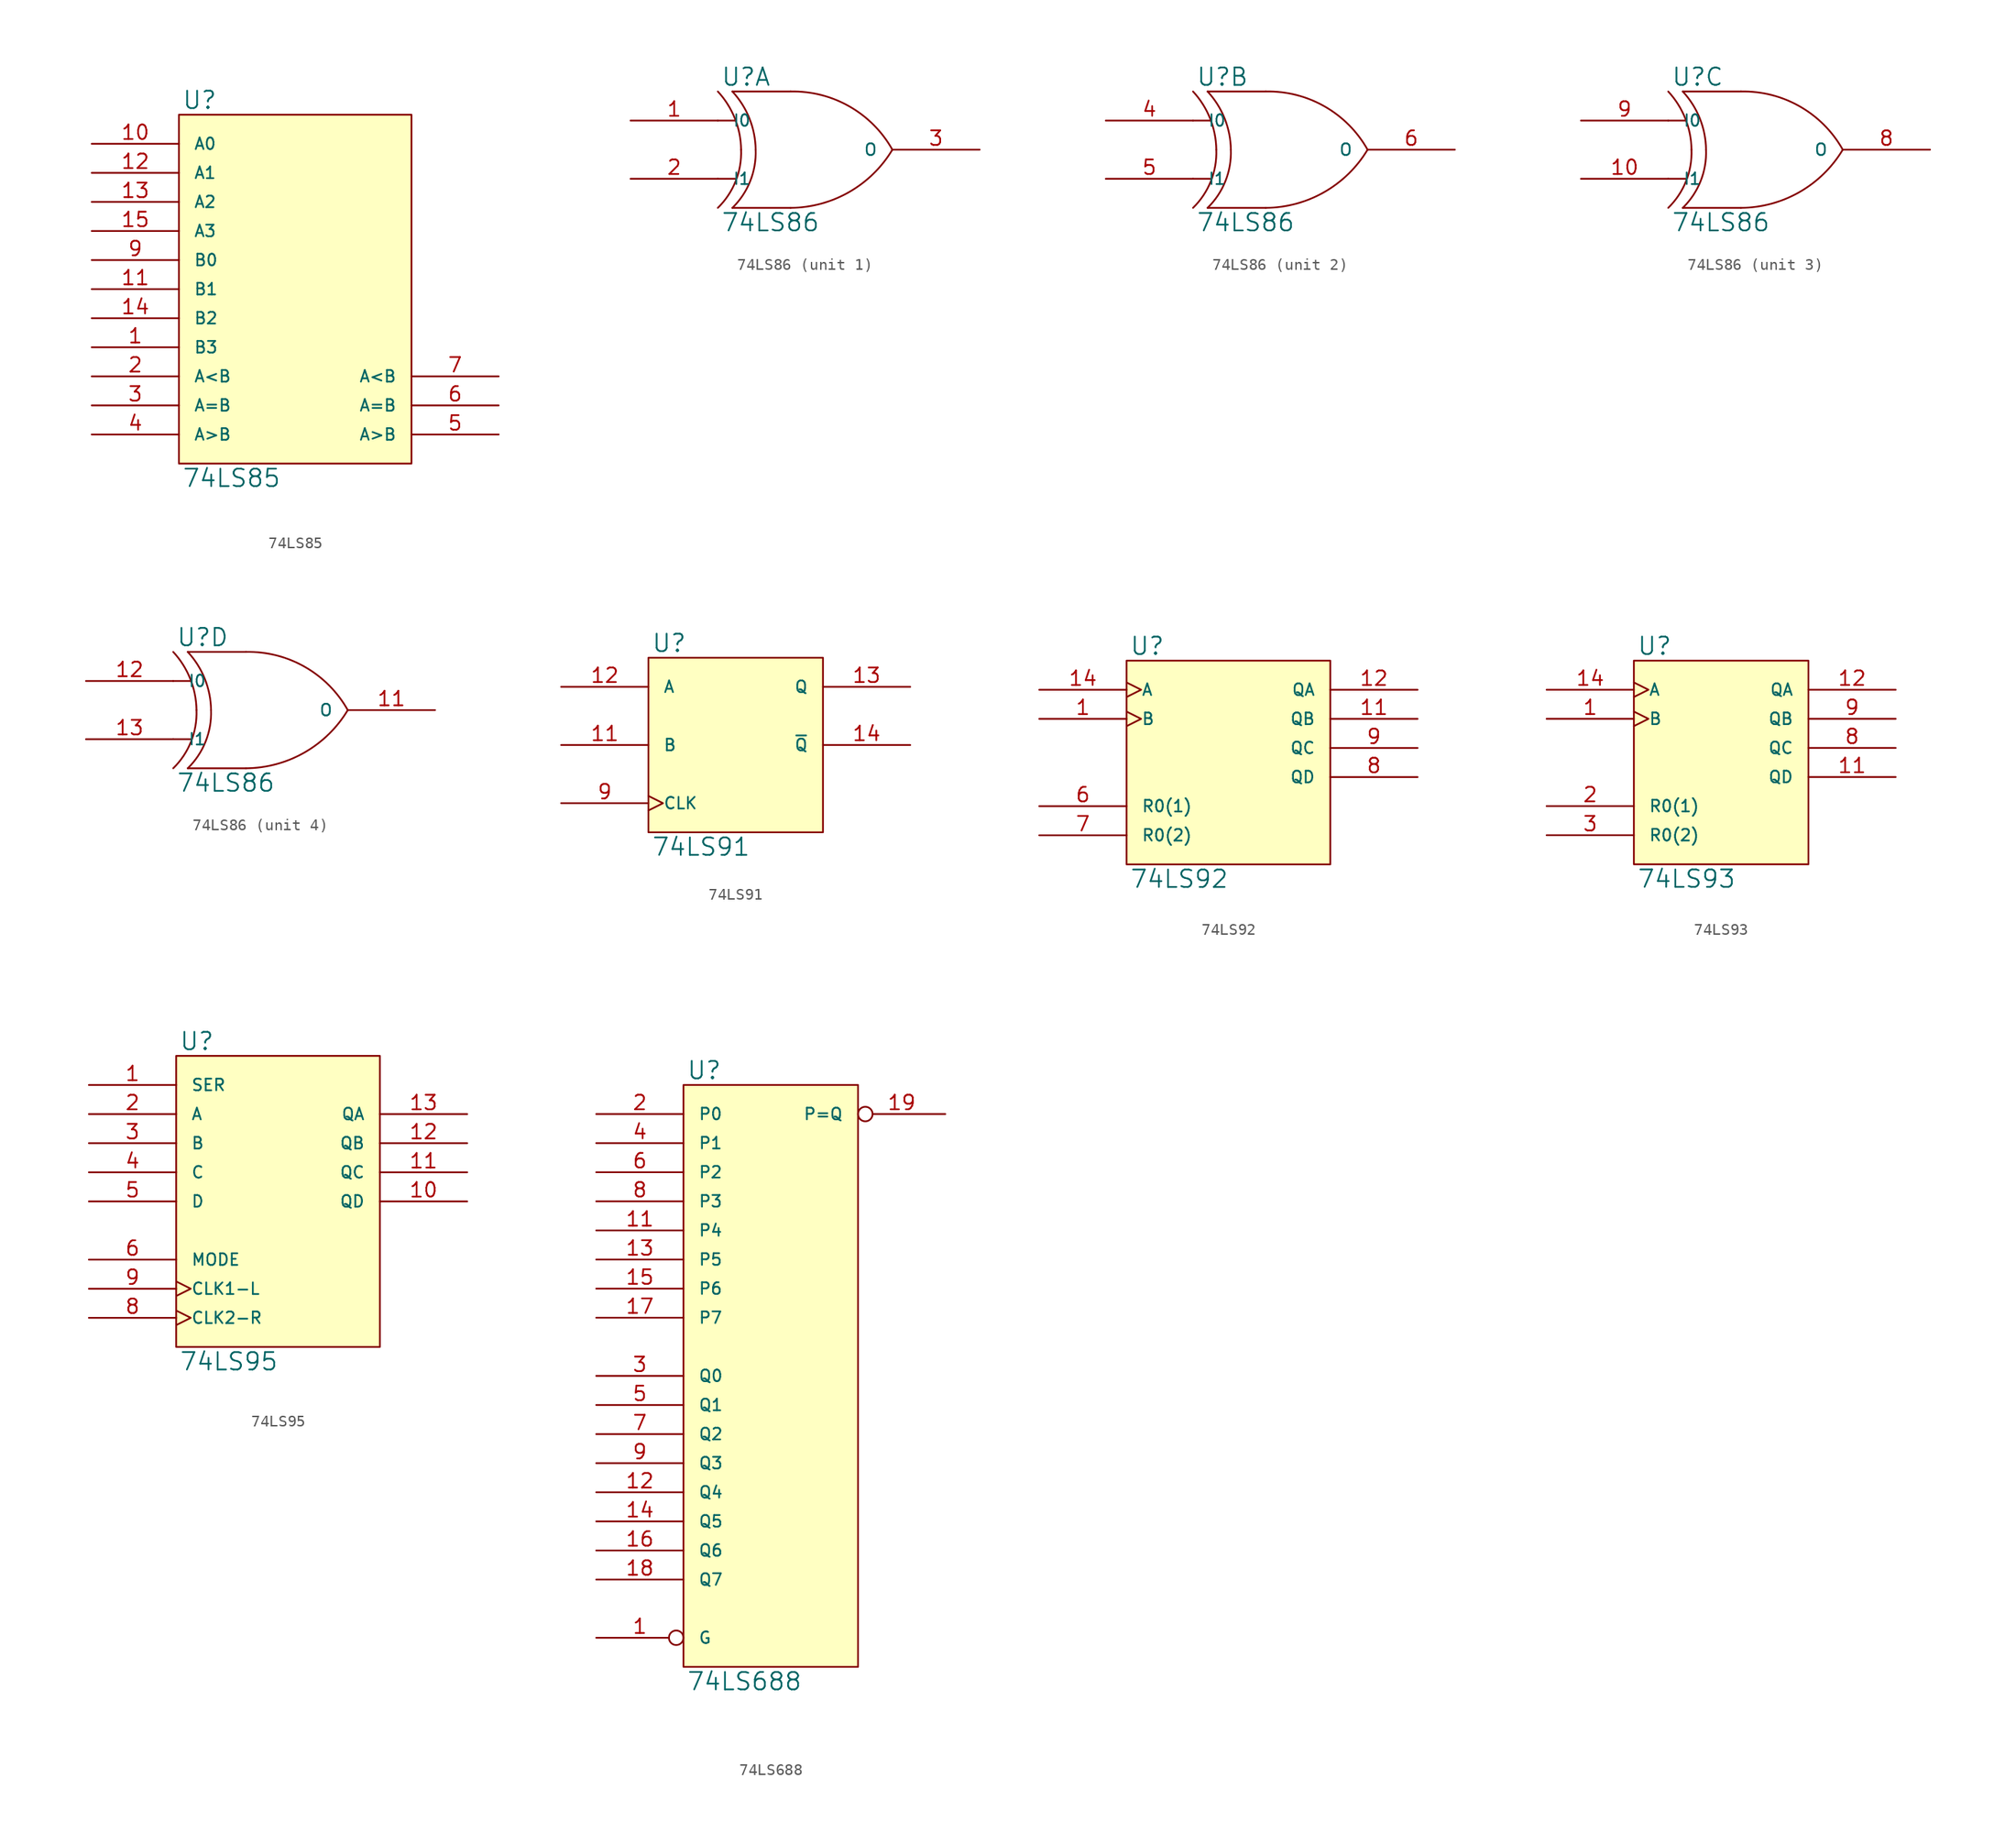
<source format=kicad_sym>
(kicad_symbol_lib
  (version 20231120)
  (generator "kicad_symbol_editor")
  (generator_version "8.0")
  (symbol "74LS85"
    (pin_names
      (offset 1.27))
    (property "Reference" "U"
      (at 0.254 0.381 0)
      (effects (font (size 1.524 1.524)) (justify left bottom)))
    (property "Value" "74LS85"
      (at 0.254 -30.861 0)
      (effects (font (size 1.524 1.524)) (justify left top)))
    (symbol "74LS85_0_1"
      (rectangle (start 0 0) (end 20.32 -30.48) (stroke (width 0) (type solid)) (fill (type background))))
    (symbol "74LS85_1_1"
      (pin input line (at -7.62 -20.32 0) (length 7.62) (name "B3" (effects (font (size 1.016 1.016)))) (number "1" (effects (font (size 1.27 1.27)))))
      (pin input line (at -7.62 -2.54 0) (length 7.62) (name "A0" (effects (font (size 1.016 1.016)))) (number "10" (effects (font (size 1.27 1.27)))))
      (pin input line (at -7.62 -15.24 0) (length 7.62) (name "B1" (effects (font (size 1.016 1.016)))) (number "11" (effects (font (size 1.27 1.27)))))
      (pin input line (at -7.62 -5.08 0) (length 7.62) (name "A1" (effects (font (size 1.016 1.016)))) (number "12" (effects (font (size 1.27 1.27)))))
      (pin input line (at -7.62 -7.62 0) (length 7.62) (name "A2" (effects (font (size 1.016 1.016)))) (number "13" (effects (font (size 1.27 1.27)))))
      (pin input line (at -7.62 -17.78 0) (length 7.62) (name "B2" (effects (font (size 1.016 1.016)))) (number "14" (effects (font (size 1.27 1.27)))))
      (pin input line (at -7.62 -10.16 0) (length 7.62) (name "A3" (effects (font (size 1.016 1.016)))) (number "15" (effects (font (size 1.27 1.27)))))
      (pin power_in line (at 0 0 270) (length 0) hide (name "VCC" (effects (font (size 1.016 1.016)))) (number "16" (effects (font (size 1.27 1.27)))))
      (pin input line (at -7.62 -22.86 0) (length 7.62) (name "A<B" (effects (font (size 1.016 1.016)))) (number "2" (effects (font (size 1.27 1.27)))))
      (pin input line (at -7.62 -25.4 0) (length 7.62) (name "A=B" (effects (font (size 1.016 1.016)))) (number "3" (effects (font (size 1.27 1.27)))))
      (pin input line (at -7.62 -27.94 0) (length 7.62) (name "A>B" (effects (font (size 1.016 1.016)))) (number "4" (effects (font (size 1.27 1.27)))))
      (pin output line (at 27.94 -27.94 180) (length 7.62) (name "A>B" (effects (font (size 1.016 1.016)))) (number "5" (effects (font (size 1.27 1.27)))))
      (pin output line (at 27.94 -25.4 180) (length 7.62) (name "A=B" (effects (font (size 1.016 1.016)))) (number "6" (effects (font (size 1.27 1.27)))))
      (pin output line (at 27.94 -22.86 180) (length 7.62) (name "A<B" (effects (font (size 1.016 1.016)))) (number "7" (effects (font (size 1.27 1.27)))))
      (pin power_in line (at 0 -30.48 90) (length 0) hide (name "GND" (effects (font (size 1.016 1.016)))) (number "8" (effects (font (size 1.27 1.27)))))
      (pin input line (at -7.62 -12.7 0) (length 7.62) (name "B0" (effects (font (size 1.016 1.016)))) (number "9" (effects (font (size 1.27 1.27)))))))
  (symbol "74LS86"
    (pin_names
      (offset 1.27))
    (property "Reference" "U"
      (at 0.254 0.381 0)
      (effects (font (size 1.524 1.524)) (justify left bottom)))
    (property "Value" "74LS86"
      (at 0.254 -10.541 0)
      (effects (font (size 1.524 1.524)) (justify left top)))
    (symbol "74LS86_0_1"
      (arc (start 0 -10.16) (mid 1.5573 -7.8293) (end 2.032 -5.08) (stroke (width 0) (type solid)) (fill (type none)))
      (polyline (pts (xy 0 -7.62) (xy 1.524 -7.62)) (stroke (width 0) (type solid)) (fill (type none)))
      (polyline (pts (xy 0 -2.54) (xy 1.524 -2.54)) (stroke (width 0) (type solid)) (fill (type none)))
      (polyline (pts (xy 6.35 -10.16) (xy 1.27 -10.16)) (stroke (width 0) (type solid)) (fill (type none)))
      (polyline (pts (xy 6.35 0) (xy 1.27 0)) (stroke (width 0) (type solid)) (fill (type none)))
      (arc (start 1.27 -10.16) (mid 2.8273 -7.8293) (end 3.302 -5.08) (stroke (width 0) (type solid)) (fill (type none)))
      (arc (start 2.032 -5.08) (mid 1.4906 -2.3584) (end 0 0) (stroke (width 0) (type solid)) (fill (type none)))
      (arc (start 3.302 -5.08) (mid 2.7606 -2.3584) (end 1.27 0) (stroke (width 0) (type solid)) (fill (type none)))
      (arc (start 6.35 -10.16) (mid 11.4496 -8.7875) (end 15.24 -5.08) (stroke (width 0) (type solid)) (fill (type none)))
      (arc (start 15.24 -5.08) (mid 11.4893 -1.3041) (end 6.35 0) (stroke (width 0) (type solid)) (fill (type none))))
    (symbol "74LS86_1_1"
      (pin input line (at -7.62 -2.54 0) (length 7.62) (name "I0" (effects (font (size 1.016 1.016)))) (number "1" (effects (font (size 1.27 1.27)))))
      (pin power_in line (at 0 0 270) (length 0) hide (name "VCC" (effects (font (size 1.016 1.016)))) (number "14" (effects (font (size 1.27 1.27)))))
      (pin input line (at -7.62 -7.62 0) (length 7.62) (name "I1" (effects (font (size 1.016 1.016)))) (number "2" (effects (font (size 1.27 1.27)))))
      (pin output line (at 22.86 -5.08 180) (length 7.62) (name "O" (effects (font (size 1.016 1.016)))) (number "3" (effects (font (size 1.27 1.27)))))
      (pin power_in line (at 0 -10.16 90) (length 0) hide (name "GND" (effects (font (size 1.016 1.016)))) (number "7" (effects (font (size 1.27 1.27))))))
    (symbol "74LS86_2_1"
      (pin power_in line (at 0 0 270) (length 0) hide (name "VCC" (effects (font (size 1.016 1.016)))) (number "14" (effects (font (size 1.27 1.27)))))
      (pin input line (at -7.62 -2.54 0) (length 7.62) (name "I0" (effects (font (size 1.016 1.016)))) (number "4" (effects (font (size 1.27 1.27)))))
      (pin input line (at -7.62 -7.62 0) (length 7.62) (name "I1" (effects (font (size 1.016 1.016)))) (number "5" (effects (font (size 1.27 1.27)))))
      (pin output line (at 22.86 -5.08 180) (length 7.62) (name "O" (effects (font (size 1.016 1.016)))) (number "6" (effects (font (size 1.27 1.27)))))
      (pin power_in line (at 0 -10.16 90) (length 0) hide (name "GND" (effects (font (size 1.016 1.016)))) (number "7" (effects (font (size 1.27 1.27))))))
    (symbol "74LS86_3_1"
      (pin input line (at -7.62 -7.62 0) (length 7.62) (name "I1" (effects (font (size 1.016 1.016)))) (number "10" (effects (font (size 1.27 1.27)))))
      (pin power_in line (at 0 0 270) (length 0) hide (name "VCC" (effects (font (size 1.016 1.016)))) (number "14" (effects (font (size 1.27 1.27)))))
      (pin power_in line (at 0 -10.16 90) (length 0) hide (name "GND" (effects (font (size 1.016 1.016)))) (number "7" (effects (font (size 1.27 1.27)))))
      (pin output line (at 22.86 -5.08 180) (length 7.62) (name "O" (effects (font (size 1.016 1.016)))) (number "8" (effects (font (size 1.27 1.27)))))
      (pin input line (at -7.62 -2.54 0) (length 7.62) (name "I0" (effects (font (size 1.016 1.016)))) (number "9" (effects (font (size 1.27 1.27))))))
    (symbol "74LS86_4_1"
      (pin output line (at 22.86 -5.08 180) (length 7.62) (name "O" (effects (font (size 1.016 1.016)))) (number "11" (effects (font (size 1.27 1.27)))))
      (pin input line (at -7.62 -2.54 0) (length 7.62) (name "I0" (effects (font (size 1.016 1.016)))) (number "12" (effects (font (size 1.27 1.27)))))
      (pin input line (at -7.62 -7.62 0) (length 7.62) (name "I1" (effects (font (size 1.016 1.016)))) (number "13" (effects (font (size 1.27 1.27)))))
      (pin power_in line (at 0 0 270) (length 0) hide (name "VCC" (effects (font (size 1.016 1.016)))) (number "14" (effects (font (size 1.27 1.27)))))
      (pin power_in line (at 0 -10.16 90) (length 0) hide (name "GND" (effects (font (size 1.016 1.016)))) (number "7" (effects (font (size 1.27 1.27)))))))
  (symbol "74LS91"
    (pin_names
      (offset 1.27))
    (property "Reference" "U"
      (at 0.254 0.381 0)
      (effects (font (size 1.524 1.524)) (justify left bottom)))
    (property "Value" "74LS91"
      (at 0.254 -15.621 0)
      (effects (font (size 1.524 1.524)) (justify left top)))
    (symbol "74LS91_0_1"
      (rectangle (start 0 0) (end 15.24 -15.24) (stroke (width 0) (type solid)) (fill (type background))))
    (symbol "74LS91_1_1"
      (pin power_in line (at 0 -15.24 90) (length 0) hide (name "GND" (effects (font (size 1.016 1.016)))) (number "10" (effects (font (size 1.27 1.27)))))
      (pin input line (at -7.62 -7.62 0) (length 7.62) (name "B" (effects (font (size 1.016 1.016)))) (number "11" (effects (font (size 1.27 1.27)))))
      (pin input line (at -7.62 -2.54 0) (length 7.62) (name "A" (effects (font (size 1.016 1.016)))) (number "12" (effects (font (size 1.27 1.27)))))
      (pin output line (at 22.86 -2.54 180) (length 7.62) (name "Q" (effects (font (size 1.016 1.016)))) (number "13" (effects (font (size 1.27 1.27)))))
      (pin output line (at 22.86 -7.62 180) (length 7.62) (name "~{Q}" (effects (font (size 1.016 1.016)))) (number "14" (effects (font (size 1.27 1.27)))))
      (pin power_in line (at 0 0 270) (length 0) hide (name "VCC" (effects (font (size 1.016 1.016)))) (number "5" (effects (font (size 1.27 1.27)))))
      (pin input clock (at -7.62 -12.7 0) (length 7.62) (name "CLK" (effects (font (size 1.016 1.016)))) (number "9" (effects (font (size 1.27 1.27)))))))
  (symbol "74LS92"
    (pin_names
      (offset 1.27))
    (property "Reference" "U"
      (at 0.254 0.381 0)
      (effects (font (size 1.524 1.524)) (justify left bottom)))
    (property "Value" "74LS92"
      (at 0.254 -18.161 0)
      (effects (font (size 1.524 1.524)) (justify left top)))
    (symbol "74LS92_0_1"
      (rectangle (start 0 0) (end 17.78 -17.78) (stroke (width 0) (type solid)) (fill (type background))))
    (symbol "74LS92_1_1"
      (pin input clock (at -7.62 -5.08 0) (length 7.62) (name "B" (effects (font (size 1.016 1.016)))) (number "1" (effects (font (size 1.27 1.27)))))
      (pin power_in line (at 0 -17.78 90) (length 0) hide (name "GND" (effects (font (size 1.016 1.016)))) (number "10" (effects (font (size 1.27 1.27)))))
      (pin output line (at 25.4 -5.08 180) (length 7.62) (name "QB" (effects (font (size 1.016 1.016)))) (number "11" (effects (font (size 1.27 1.27)))))
      (pin output line (at 25.4 -2.54 180) (length 7.62) (name "QA" (effects (font (size 1.016 1.016)))) (number "12" (effects (font (size 1.27 1.27)))))
      (pin input clock (at -7.62 -2.54 0) (length 7.62) (name "A" (effects (font (size 1.016 1.016)))) (number "14" (effects (font (size 1.27 1.27)))))
      (pin power_in line (at 0 0 270) (length 0) hide (name "VCC" (effects (font (size 1.016 1.016)))) (number "5" (effects (font (size 1.27 1.27)))))
      (pin input line (at -7.62 -12.7 0) (length 7.62) (name "R0(1)" (effects (font (size 1.016 1.016)))) (number "6" (effects (font (size 1.27 1.27)))))
      (pin input line (at -7.62 -15.24 0) (length 7.62) (name "R0(2)" (effects (font (size 1.016 1.016)))) (number "7" (effects (font (size 1.27 1.27)))))
      (pin output line (at 25.4 -10.16 180) (length 7.62) (name "QD" (effects (font (size 1.016 1.016)))) (number "8" (effects (font (size 1.27 1.27)))))
      (pin output line (at 25.4 -7.62 180) (length 7.62) (name "QC" (effects (font (size 1.016 1.016)))) (number "9" (effects (font (size 1.27 1.27)))))))
  (symbol "74LS93"
    (pin_names
      (offset 1.27))
    (property "Reference" "U"
      (at 0.254 0.381 0)
      (effects (font (size 1.524 1.524)) (justify left bottom)))
    (property "Value" "74LS93"
      (at 0.254 -18.161 0)
      (effects (font (size 1.524 1.524)) (justify left top)))
    (symbol "74LS93_0_1"
      (rectangle (start 0 0) (end 15.24 -17.78) (stroke (width 0) (type solid)) (fill (type background))))
    (symbol "74LS93_1_1"
      (pin input clock (at -7.62 -5.08 0) (length 7.62) (name "B" (effects (font (size 1.016 1.016)))) (number "1" (effects (font (size 1.27 1.27)))))
      (pin power_in line (at 0 -17.78 90) (length 0) hide (name "GND" (effects (font (size 1.016 1.016)))) (number "10" (effects (font (size 1.27 1.27)))))
      (pin output line (at 22.86 -10.16 180) (length 7.62) (name "QD" (effects (font (size 1.016 1.016)))) (number "11" (effects (font (size 1.27 1.27)))))
      (pin output line (at 22.86 -2.54 180) (length 7.62) (name "QA" (effects (font (size 1.016 1.016)))) (number "12" (effects (font (size 1.27 1.27)))))
      (pin input clock (at -7.62 -2.54 0) (length 7.62) (name "A" (effects (font (size 1.016 1.016)))) (number "14" (effects (font (size 1.27 1.27)))))
      (pin input line (at -7.62 -12.7 0) (length 7.62) (name "R0(1)" (effects (font (size 1.016 1.016)))) (number "2" (effects (font (size 1.27 1.27)))))
      (pin input line (at -7.62 -15.24 0) (length 7.62) (name "R0(2)" (effects (font (size 1.016 1.016)))) (number "3" (effects (font (size 1.27 1.27)))))
      (pin power_in line (at 0 0 270) (length 0) hide (name "VCC" (effects (font (size 1.016 1.016)))) (number "5" (effects (font (size 1.27 1.27)))))
      (pin output line (at 22.86 -7.62 180) (length 7.62) (name "QC" (effects (font (size 1.016 1.016)))) (number "8" (effects (font (size 1.27 1.27)))))
      (pin output line (at 22.86 -5.08 180) (length 7.62) (name "QB" (effects (font (size 1.016 1.016)))) (number "9" (effects (font (size 1.27 1.27)))))))
  (symbol "74LS95"
    (pin_names
      (offset 1.27))
    (property "Reference" "U"
      (at 0.254 0.381 0)
      (effects (font (size 1.524 1.524)) (justify left bottom)))
    (property "Value" "74LS95"
      (at 0.254 -25.781 0)
      (effects (font (size 1.524 1.524)) (justify left top)))
    (symbol "74LS95_0_1"
      (rectangle (start 0 0) (end 17.78 -25.4) (stroke (width 0) (type solid)) (fill (type background))))
    (symbol "74LS95_1_1"
      (pin input line (at -7.62 -2.54 0) (length 7.62) (name "SER" (effects (font (size 1.016 1.016)))) (number "1" (effects (font (size 1.27 1.27)))))
      (pin output line (at 25.4 -12.7 180) (length 7.62) (name "QD" (effects (font (size 1.016 1.016)))) (number "10" (effects (font (size 1.27 1.27)))))
      (pin output line (at 25.4 -10.16 180) (length 7.62) (name "QC" (effects (font (size 1.016 1.016)))) (number "11" (effects (font (size 1.27 1.27)))))
      (pin output line (at 25.4 -7.62 180) (length 7.62) (name "QB" (effects (font (size 1.016 1.016)))) (number "12" (effects (font (size 1.27 1.27)))))
      (pin output line (at 25.4 -5.08 180) (length 7.62) (name "QA" (effects (font (size 1.016 1.016)))) (number "13" (effects (font (size 1.27 1.27)))))
      (pin power_in line (at 0 0 270) (length 0) hide (name "VCC" (effects (font (size 1.016 1.016)))) (number "14" (effects (font (size 1.27 1.27)))))
      (pin input line (at -7.62 -5.08 0) (length 7.62) (name "A" (effects (font (size 1.016 1.016)))) (number "2" (effects (font (size 1.27 1.27)))))
      (pin input line (at -7.62 -7.62 0) (length 7.62) (name "B" (effects (font (size 1.016 1.016)))) (number "3" (effects (font (size 1.27 1.27)))))
      (pin input line (at -7.62 -10.16 0) (length 7.62) (name "C" (effects (font (size 1.016 1.016)))) (number "4" (effects (font (size 1.27 1.27)))))
      (pin input line (at -7.62 -12.7 0) (length 7.62) (name "D" (effects (font (size 1.016 1.016)))) (number "5" (effects (font (size 1.27 1.27)))))
      (pin input line (at -7.62 -17.78 0) (length 7.62) (name "MODE" (effects (font (size 1.016 1.016)))) (number "6" (effects (font (size 1.27 1.27)))))
      (pin power_in line (at 0 -25.4 90) (length 0) hide (name "GND" (effects (font (size 1.016 1.016)))) (number "7" (effects (font (size 1.27 1.27)))))
      (pin input clock (at -7.62 -22.86 0) (length 7.62) (name "CLK2-R" (effects (font (size 1.016 1.016)))) (number "8" (effects (font (size 1.27 1.27)))))
      (pin input clock (at -7.62 -20.32 0) (length 7.62) (name "CLK1-L" (effects (font (size 1.016 1.016)))) (number "9" (effects (font (size 1.27 1.27)))))))
  (symbol "74LS688"
    (pin_names
      (offset 1.27))
    (property "Reference" "U"
      (at 0.254 0.381 0)
      (effects (font (size 1.524 1.524)) (justify left bottom)))
    (property "Value" "74LS688"
      (at 0.254 -51.181 0)
      (effects (font (size 1.524 1.524)) (justify left top)))
    (symbol "74LS688_0_1"
      (rectangle (start 0 0) (end 15.24 -50.8) (stroke (width 0) (type solid)) (fill (type background))))
    (symbol "74LS688_1_1"
      (pin input inverted (at -7.62 -48.26 0) (length 7.62) (name "G" (effects (font (size 1.016 1.016)))) (number "1" (effects (font (size 1.27 1.27)))))
      (pin power_in line (at 0 -50.8 90) (length 0) hide (name "GND" (effects (font (size 1.016 1.016)))) (number "10" (effects (font (size 1.27 1.27)))))
      (pin input line (at -7.62 -12.7 0) (length 7.62) (name "P4" (effects (font (size 1.016 1.016)))) (number "11" (effects (font (size 1.27 1.27)))))
      (pin input line (at -7.62 -35.56 0) (length 7.62) (name "Q4" (effects (font (size 1.016 1.016)))) (number "12" (effects (font (size 1.27 1.27)))))
      (pin input line (at -7.62 -15.24 0) (length 7.62) (name "P5" (effects (font (size 1.016 1.016)))) (number "13" (effects (font (size 1.27 1.27)))))
      (pin input line (at -7.62 -38.1 0) (length 7.62) (name "Q5" (effects (font (size 1.016 1.016)))) (number "14" (effects (font (size 1.27 1.27)))))
      (pin input line (at -7.62 -17.78 0) (length 7.62) (name "P6" (effects (font (size 1.016 1.016)))) (number "15" (effects (font (size 1.27 1.27)))))
      (pin input line (at -7.62 -40.64 0) (length 7.62) (name "Q6" (effects (font (size 1.016 1.016)))) (number "16" (effects (font (size 1.27 1.27)))))
      (pin input line (at -7.62 -20.32 0) (length 7.62) (name "P7" (effects (font (size 1.016 1.016)))) (number "17" (effects (font (size 1.27 1.27)))))
      (pin input line (at -7.62 -43.18 0) (length 7.62) (name "Q7" (effects (font (size 1.016 1.016)))) (number "18" (effects (font (size 1.27 1.27)))))
      (pin output inverted (at 22.86 -2.54 180) (length 7.62) (name "P=Q" (effects (font (size 1.016 1.016)))) (number "19" (effects (font (size 1.27 1.27)))))
      (pin input line (at -7.62 -2.54 0) (length 7.62) (name "P0" (effects (font (size 1.016 1.016)))) (number "2" (effects (font (size 1.27 1.27)))))
      (pin power_in line (at 0 0 270) (length 0) hide (name "VCC" (effects (font (size 1.016 1.016)))) (number "20" (effects (font (size 1.27 1.27)))))
      (pin input line (at -7.62 -25.4 0) (length 7.62) (name "Q0" (effects (font (size 1.016 1.016)))) (number "3" (effects (font (size 1.27 1.27)))))
      (pin input line (at -7.62 -5.08 0) (length 7.62) (name "P1" (effects (font (size 1.016 1.016)))) (number "4" (effects (font (size 1.27 1.27)))))
      (pin input line (at -7.62 -27.94 0) (length 7.62) (name "Q1" (effects (font (size 1.016 1.016)))) (number "5" (effects (font (size 1.27 1.27)))))
      (pin input line (at -7.62 -7.62 0) (length 7.62) (name "P2" (effects (font (size 1.016 1.016)))) (number "6" (effects (font (size 1.27 1.27)))))
      (pin input line (at -7.62 -30.48 0) (length 7.62) (name "Q2" (effects (font (size 1.016 1.016)))) (number "7" (effects (font (size 1.27 1.27)))))
      (pin input line (at -7.62 -10.16 0) (length 7.62) (name "P3" (effects (font (size 1.016 1.016)))) (number "8" (effects (font (size 1.27 1.27)))))
      (pin input line (at -7.62 -33.02 0) (length 7.62) (name "Q3" (effects (font (size 1.016 1.016)))) (number "9" (effects (font (size 1.27 1.27))))))))
</source>
